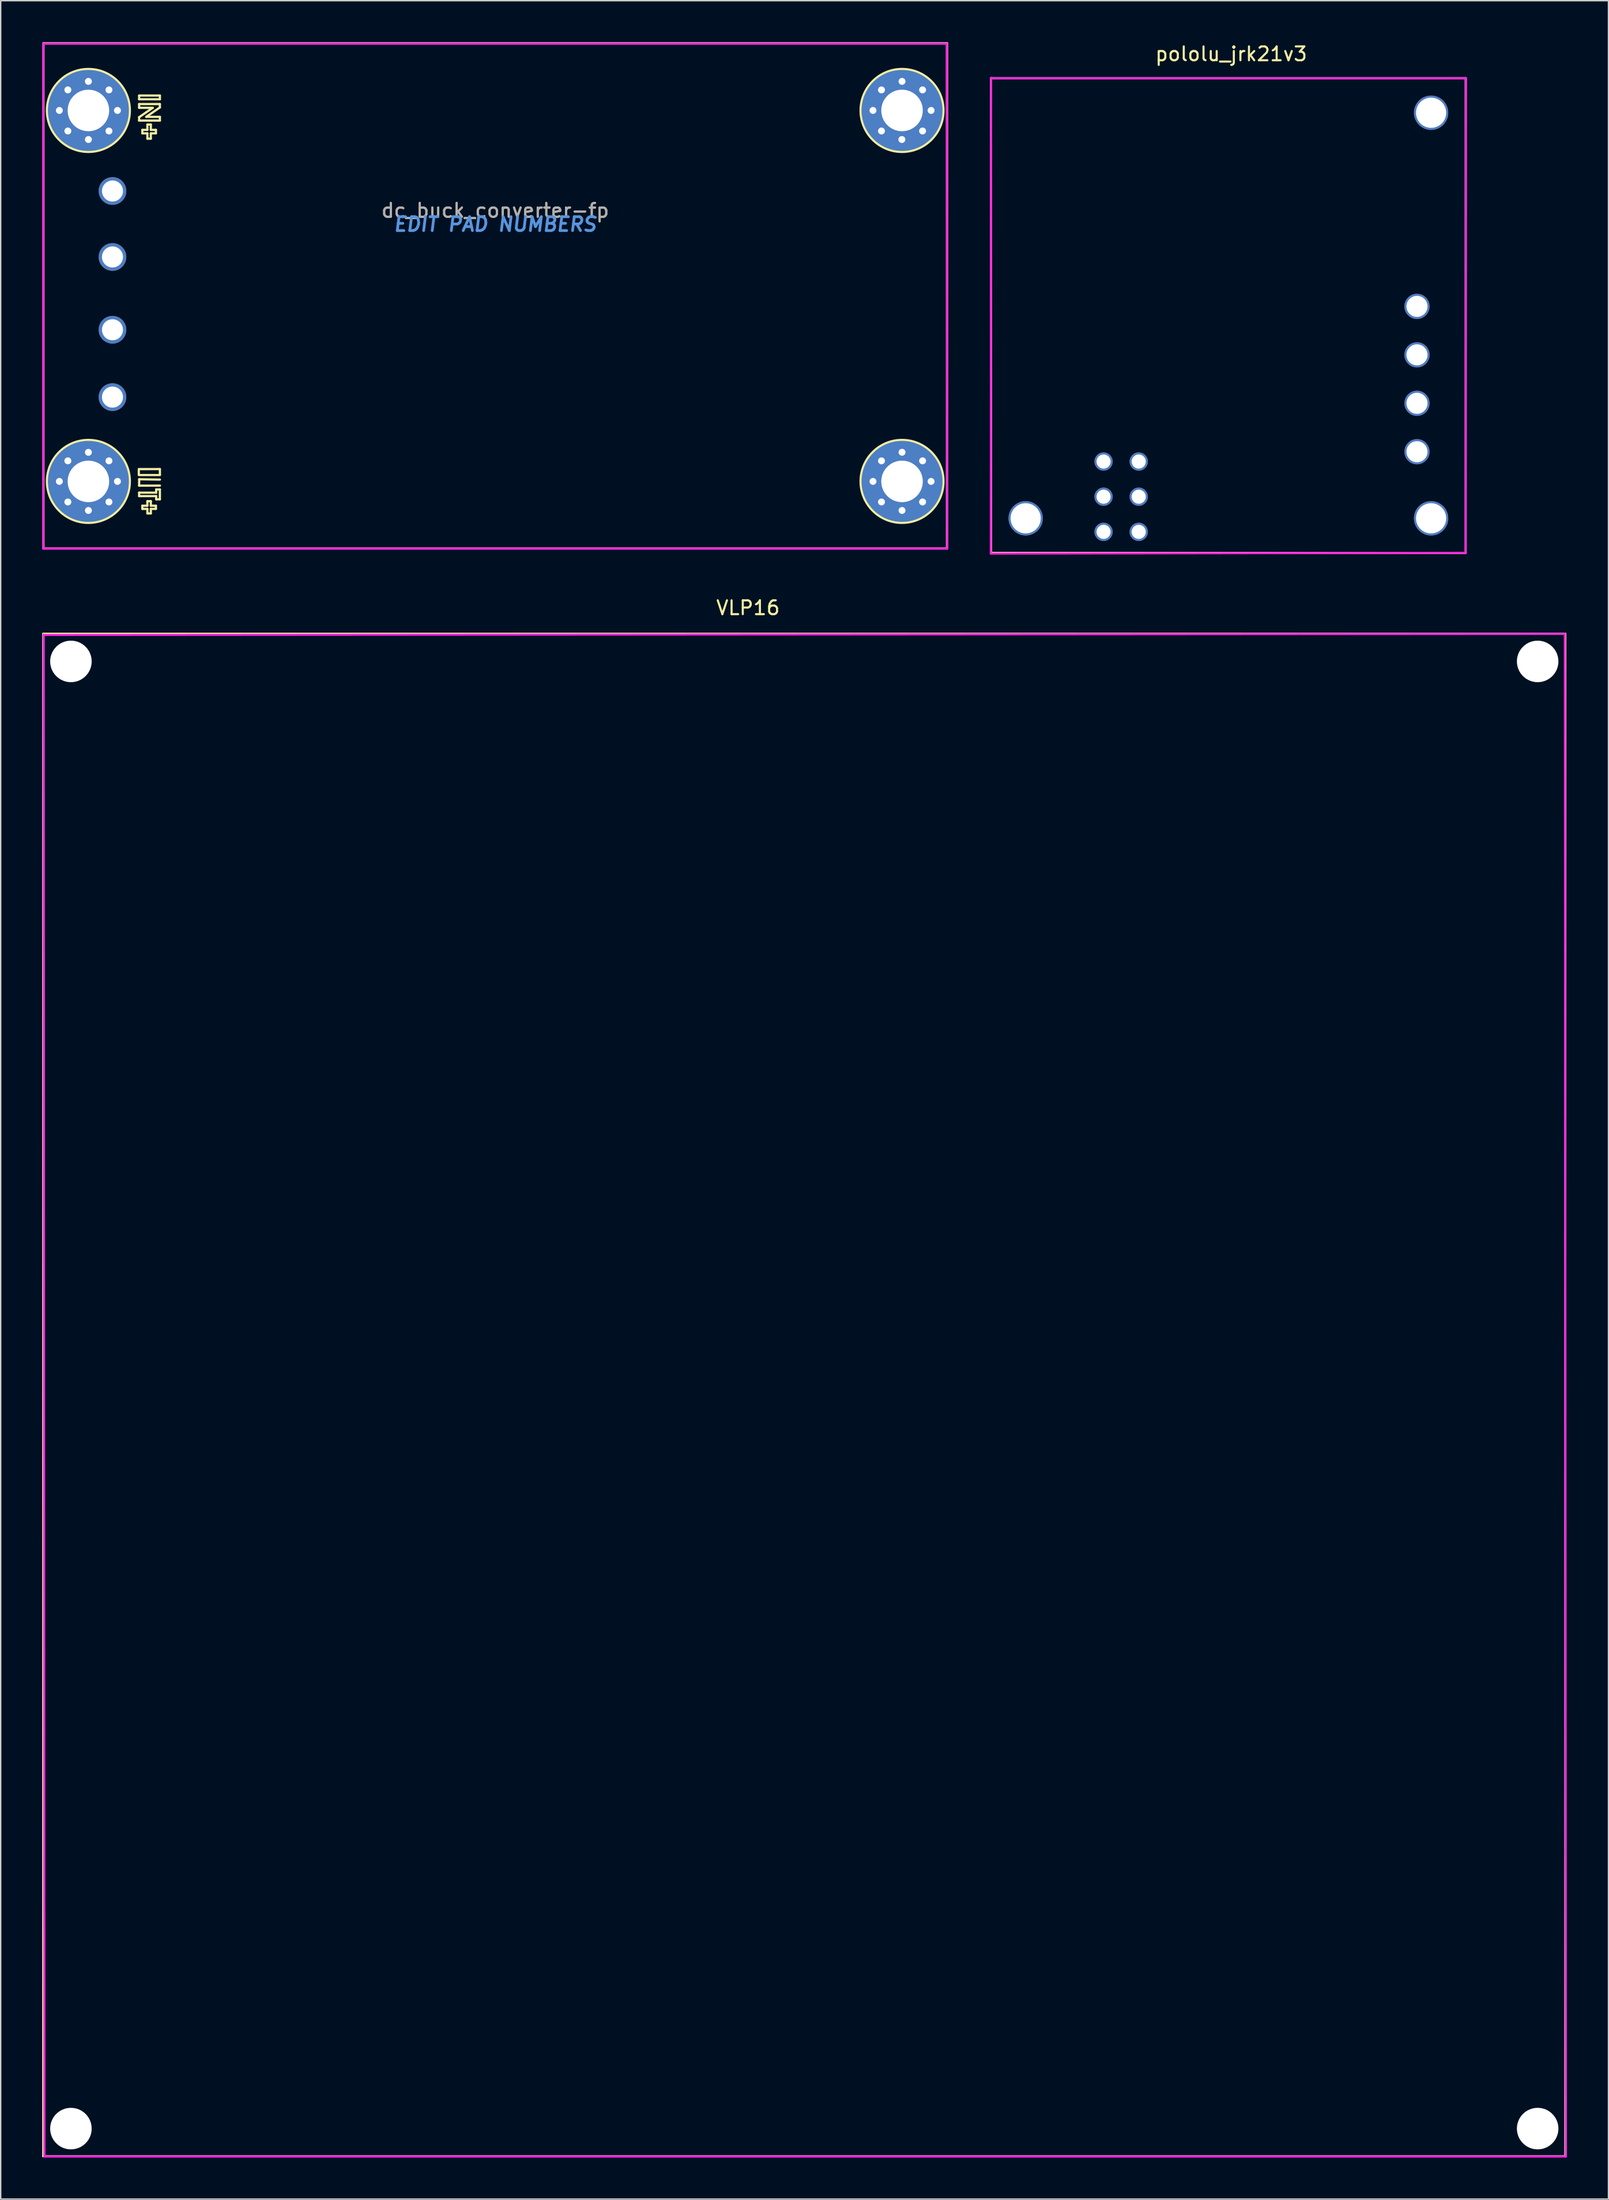
<source format=kicad_pcb>
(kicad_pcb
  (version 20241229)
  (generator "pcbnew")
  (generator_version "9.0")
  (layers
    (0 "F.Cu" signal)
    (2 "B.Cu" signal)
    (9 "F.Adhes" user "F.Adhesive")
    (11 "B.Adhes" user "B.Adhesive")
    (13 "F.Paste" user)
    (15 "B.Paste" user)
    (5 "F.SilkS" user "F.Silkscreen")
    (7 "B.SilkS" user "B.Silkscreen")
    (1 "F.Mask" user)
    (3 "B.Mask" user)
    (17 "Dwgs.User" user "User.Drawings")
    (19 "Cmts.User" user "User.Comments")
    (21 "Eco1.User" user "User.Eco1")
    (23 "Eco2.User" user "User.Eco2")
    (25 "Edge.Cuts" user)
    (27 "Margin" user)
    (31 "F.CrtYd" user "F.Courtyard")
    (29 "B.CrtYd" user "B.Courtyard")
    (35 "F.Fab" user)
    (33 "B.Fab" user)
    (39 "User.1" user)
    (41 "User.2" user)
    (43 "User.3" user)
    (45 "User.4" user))
  (footprint "pololu_jrk21v3"
    (layer "F.Cu")
    (at 85.724 19.746)
    (property "Reference" "pololu_jrk21v3" (at 0.203 -18.898 0) (layer "F.SilkS") (effects (font (size 1 1) (thickness 0.15))))
    (attr through_hole)
    (fp_line (start -17.15 -17.15) (end 17.15 -17.15) (stroke (width 0.15) (type solid)) (layer "F.SilkS"))
    (fp_line (start -17.15 17.15) (end -17.15 -17.15) (stroke (width 0.15) (type solid)) (layer "F.SilkS"))
    (fp_line (start 17.15 -17.15) (end 17.15 17.15) (stroke (width 0.15) (type solid)) (layer "F.SilkS"))
    (fp_line (start 17.15 17.15) (end -17.15 17.15) (stroke (width 0.15) (type solid)) (layer "F.SilkS"))
    (fp_line (start -17.17 17.196) (end -17.145 -17.17) (stroke (width 0.15) (type solid)) (layer "F.CrtYd"))
    (fp_line (start -17.145 -17.145) (end 17.17 -17.145) (stroke (width 0.15) (type solid)) (layer "F.CrtYd"))
    (fp_line (start 17.145 17.145) (end -17.17 17.196) (stroke (width 0.15) (type solid)) (layer "F.CrtYd"))
    (fp_line (start 17.17 -17.145) (end 17.145 17.145) (stroke (width 0.15) (type solid)) (layer "F.CrtYd"))
    (pad "" np_thru_hole circle (at -14.65 14.65) (size 2.48 2.48) (drill 2.18) (layers "*.Cu" "*.Mask"))
    (pad "" np_thru_hole circle (at 14.65 -14.65) (size 2.48 2.48) (drill 2.18) (layers "*.Cu" "*.Mask"))
    (pad "" np_thru_hole circle (at 14.65 14.65) (size 2.48 2.48) (drill 2.18) (layers "*.Cu" "*.Mask"))
    (pad "1" thru_hole circle (at 13.63 -0.66) (size 1.82 1.82) (drill 1.52) (layers "*.Cu" "*.Mask"))
    (pad "2" thru_hole circle (at 13.63 2.84) (size 1.82 1.82) (drill 1.52) (layers "*.Cu" "*.Mask"))
    (pad "3" thru_hole circle (at 13.63 6.34) (size 1.82 1.82) (drill 1.52) (layers "*.Cu" "*.Mask"))
    (pad "4" thru_hole circle (at 13.63 9.84) (size 1.82 1.82) (drill 1.52) (layers "*.Cu" "*.Mask"))
    (pad "5" thru_hole circle (at -9.02 10.55) (size 1.32 1.32) (drill 1.02) (layers "*.Cu" "*.Mask"))
    (pad "6" thru_hole circle (at -6.48 10.55) (size 1.32 1.32) (drill 1.02) (layers "*.Cu" "*.Mask"))
    (pad "7" thru_hole circle (at -9.02 13.09) (size 1.32 1.32) (drill 1.02) (layers "*.Cu" "*.Mask"))
    (pad "8" thru_hole circle (at -6.48 13.09) (size 1.32 1.32) (drill 1.02) (layers "*.Cu" "*.Mask"))
    (pad "9" thru_hole circle (at -9.02 15.63) (size 1.32 1.32) (drill 1.02) (layers "*.Cu" "*.Mask"))
    (pad "10" thru_hole circle (at -6.48 15.63) (size 1.32 1.32) (drill 1.02) (layers "*.Cu" "*.Mask")))
  (footprint "VLP16"
    (layer "F.Cu")
    (at 55.075 97.736)
    (property "Reference" "VLP16" (at -4.064 -56.871 0) (layer "F.SilkS") (effects (font (size 1 1) (thickness 0.15))))
    (attr through_hole)
    (fp_line (start -55 55) (end -55 -55) (stroke (width 0.15) (type solid)) (layer "F.SilkS"))
    (fp_line (start 55 -55) (end -55 -55) (stroke (width 0.15) (type solid)) (layer "F.SilkS"))
    (fp_line (start 55 -55) (end 55 55) (stroke (width 0.15) (type solid)) (layer "F.SilkS"))
    (fp_line (start 55 55) (end -55 55) (stroke (width 0.15) (type solid)) (layer "F.SilkS"))
    (fp_line (start -54.966 -54.915) (end 54.966 -54.991) (stroke (width 0.15) (type solid)) (layer "F.CrtYd"))
    (fp_line (start -54.915 55.016) (end -54.966 -54.94) (stroke (width 0.15) (type solid)) (layer "F.CrtYd"))
    (fp_line (start 54.966 -54.991) (end 55.042 55.016) (stroke (width 0.15) (type solid)) (layer "F.CrtYd"))
    (fp_line (start 55.042 55.016) (end -54.915 55.016) (stroke (width 0.15) (type solid)) (layer "F.CrtYd"))
    (pad "" np_thru_hole circle (at -53 -53) (size 3 3) (drill 3) (layers "*.Cu" "*.Mask"))
    (pad "" np_thru_hole circle (at -53 53) (size 3 3) (drill 3) (layers "*.Cu" "*.Mask"))
    (pad "" np_thru_hole circle (at 53 -53) (size 3 3) (drill 3) (layers "*.Cu" "*.Mask"))
    (pad "" np_thru_hole circle (at 53 53) (size 3 3) (drill 3) (layers "*.Cu" "*.Mask")))
  (footprint "dc_buck_converter-fp"
    (layer "F.Cu")
    (at 32.739 19.155)
    (property "Reference" "dc_buck_converter-fp" (at 0 -7 0) (layer "F.SilkS") (effects (font (size 1 1) (thickness 0.15))))
    (attr smd)
    (fp_line (start -32.65 -19.075) (end -32.65 17.425) (stroke (width 0.16) (type solid)) (layer "F.SilkS"))
    (fp_line (start -32.65 17.425) (end 32.65 17.425) (stroke (width 0.16) (type solid)) (layer "F.SilkS"))
    (fp_line (start -25.758 11.687) (end -25.756 12.09) (stroke (width 0.16) (type solid)) (layer "F.SilkS"))
    (fp_line (start -25.756 12.116) (end -24.232 12.116) (stroke (width 0.16) (type solid)) (layer "F.SilkS"))
    (fp_line (start -25.734 -15.302) (end -24.234 -15.302) (stroke (width 0.16) (type solid)) (layer "F.SilkS"))
    (fp_line (start -25.734 -15.032) (end -25.734 -15.302) (stroke (width 0.16) (type solid)) (layer "F.SilkS"))
    (fp_line (start -25.734 -14.686) (end -24.234 -14.686) (stroke (width 0.16) (type solid)) (layer "F.SilkS"))
    (fp_line (start -25.734 -14.417) (end -25.734 -14.686) (stroke (width 0.16) (type solid)) (layer "F.SilkS"))
    (fp_line (start -25.734 -13.738) (end -24.75 -14.417) (stroke (width 0.16) (type solid)) (layer "F.SilkS"))
    (fp_line (start -25.734 -13.494) (end -25.734 -13.738) (stroke (width 0.16) (type solid)) (layer "F.SilkS"))
    (fp_line (start -25.734 13.388) (end -24.503 13.388) (stroke (width 0.16) (type solid)) (layer "F.SilkS"))
    (fp_line (start -25.734 13.638) (end -25.734 13.388) (stroke (width 0.16) (type solid)) (layer "F.SilkS"))
    (fp_line (start -25.733 12.882) (end -24.232 12.878) (stroke (width 0.16) (type solid)) (layer "F.SilkS"))
    (fp_line (start -25.73 12.421) (end -25.733 12.882) (stroke (width 0.16) (type solid)) (layer "F.SilkS"))
    (fp_line (start -25.503 -12.821) (end -25.138 -12.821) (stroke (width 0.16) (type solid)) (layer "F.SilkS"))
    (fp_line (start -25.503 -12.571) (end -25.503 -12.821) (stroke (width 0.16) (type solid)) (layer "F.SilkS"))
    (fp_line (start -25.503 14.33) (end -25.138 14.33) (stroke (width 0.16) (type solid)) (layer "F.SilkS"))
    (fp_line (start -25.503 14.561) (end -25.503 14.33) (stroke (width 0.16) (type solid)) (layer "F.SilkS"))
    (fp_line (start -25.221 -13.763) (end -24.234 -13.763) (stroke (width 0.16) (type solid)) (layer "F.SilkS"))
    (fp_line (start -25.138 -13.205) (end -24.888 -13.205) (stroke (width 0.16) (type solid)) (layer "F.SilkS"))
    (fp_line (start -25.138 -12.821) (end -25.138 -13.205) (stroke (width 0.16) (type solid)) (layer "F.SilkS"))
    (fp_line (start -25.138 -12.571) (end -25.503 -12.571) (stroke (width 0.16) (type solid)) (layer "F.SilkS"))
    (fp_line (start -25.138 -12.186) (end -25.138 -12.571) (stroke (width 0.16) (type solid)) (layer "F.SilkS"))
    (fp_line (start -25.138 14.003) (end -24.888 14.003) (stroke (width 0.16) (type solid)) (layer "F.SilkS"))
    (fp_line (start -25.138 14.33) (end -25.138 14.003) (stroke (width 0.16) (type solid)) (layer "F.SilkS"))
    (fp_line (start -25.138 14.561) (end -25.503 14.561) (stroke (width 0.16) (type solid)) (layer "F.SilkS"))
    (fp_line (start -25.138 14.888) (end -25.138 14.561) (stroke (width 0.16) (type solid)) (layer "F.SilkS"))
    (fp_line (start -24.888 -13.205) (end -24.888 -12.821) (stroke (width 0.16) (type solid)) (layer "F.SilkS"))
    (fp_line (start -24.888 -12.821) (end -24.522 -12.821) (stroke (width 0.16) (type solid)) (layer "F.SilkS"))
    (fp_line (start -24.888 -12.571) (end -24.888 -12.186) (stroke (width 0.16) (type solid)) (layer "F.SilkS"))
    (fp_line (start -24.888 -12.186) (end -25.138 -12.186) (stroke (width 0.16) (type solid)) (layer "F.SilkS"))
    (fp_line (start -24.888 14.003) (end -24.888 14.33) (stroke (width 0.16) (type solid)) (layer "F.SilkS"))
    (fp_line (start -24.888 14.33) (end -24.522 14.33) (stroke (width 0.16) (type solid)) (layer "F.SilkS"))
    (fp_line (start -24.888 14.561) (end -24.888 14.888) (stroke (width 0.16) (type solid)) (layer "F.SilkS"))
    (fp_line (start -24.888 14.888) (end -25.138 14.888) (stroke (width 0.16) (type solid)) (layer "F.SilkS"))
    (fp_line (start -24.75 -14.417) (end -25.734 -14.417) (stroke (width 0.16) (type solid)) (layer "F.SilkS"))
    (fp_line (start -24.522 -12.821) (end -24.522 -12.571) (stroke (width 0.16) (type solid)) (layer "F.SilkS"))
    (fp_line (start -24.522 -12.571) (end -24.888 -12.571) (stroke (width 0.16) (type solid)) (layer "F.SilkS"))
    (fp_line (start -24.522 14.33) (end -24.522 14.561) (stroke (width 0.16) (type solid)) (layer "F.SilkS"))
    (fp_line (start -24.522 14.561) (end -24.888 14.561) (stroke (width 0.16) (type solid)) (layer "F.SilkS"))
    (fp_line (start -24.503 13.157) (end -24.234 13.157) (stroke (width 0.16) (type solid)) (layer "F.SilkS"))
    (fp_line (start -24.503 13.388) (end -24.503 13.157) (stroke (width 0.16) (type solid)) (layer "F.SilkS"))
    (fp_line (start -24.503 13.638) (end -25.734 13.638) (stroke (width 0.16) (type solid)) (layer "F.SilkS"))
    (fp_line (start -24.503 13.869) (end -24.503 13.638) (stroke (width 0.16) (type solid)) (layer "F.SilkS"))
    (fp_line (start -24.234 -15.302) (end -24.234 -15.032) (stroke (width 0.16) (type solid)) (layer "F.SilkS"))
    (fp_line (start -24.234 -15.032) (end -25.734 -15.032) (stroke (width 0.16) (type solid)) (layer "F.SilkS"))
    (fp_line (start -24.234 -14.686) (end -24.234 -14.444) (stroke (width 0.16) (type solid)) (layer "F.SilkS"))
    (fp_line (start -24.234 -14.444) (end -25.221 -13.763) (stroke (width 0.16) (type solid)) (layer "F.SilkS"))
    (fp_line (start -24.234 -13.763) (end -24.234 -13.494) (stroke (width 0.16) (type solid)) (layer "F.SilkS"))
    (fp_line (start -24.234 -13.494) (end -25.734 -13.494) (stroke (width 0.16) (type solid)) (layer "F.SilkS"))
    (fp_line (start -24.234 11.687) (end -24.232 12.09) (stroke (width 0.16) (type solid)) (layer "F.SilkS"))
    (fp_line (start -24.234 13.157) (end -24.234 13.869) (stroke (width 0.16) (type solid)) (layer "F.SilkS"))
    (fp_line (start -24.234 13.869) (end -24.503 13.869) (stroke (width 0.16) (type solid)) (layer "F.SilkS"))
    (fp_line (start -24.232 11.684) (end -25.733 11.687) (stroke (width 0.16) (type solid)) (layer "F.SilkS"))
    (fp_line (start -24.232 12.446) (end -25.73 12.421) (stroke (width 0.16) (type solid)) (layer "F.SilkS"))
    (fp_line (start 32.65 -19.075) (end -32.65 -19.075) (stroke (width 0.16) (type solid)) (layer "F.SilkS"))
    (fp_line (start 32.65 17.425) (end 32.65 -19.075) (stroke (width 0.16) (type solid)) (layer "F.SilkS"))
    (fp_circle (center -29.4 -14.225) (end -26.4 -14.225) (stroke (width 0.15) (type solid)) (fill no) (layer "F.SilkS"))
    (fp_circle (center -29.4 12.575) (end -26.4 12.575) (stroke (width 0.15) (type solid)) (fill no) (layer "F.SilkS"))
    (fp_circle (center 29.4 -14.225) (end 32.4 -14.225) (stroke (width 0.15) (type solid)) (fill no) (layer "F.SilkS"))
    (fp_circle (center 29.4 12.575) (end 32.4 12.575) (stroke (width 0.15) (type solid)) (fill no) (layer "F.SilkS"))
    (fp_line (start -32.664 -19.05) (end 32.639 -19.05) (stroke (width 0.15) (type solid)) (layer "F.CrtYd"))
    (fp_line (start -32.664 17.424) (end -32.664 -19.05) (stroke (width 0.15) (type solid)) (layer "F.CrtYd"))
    (fp_line (start 32.639 -19.05) (end 32.664 17.424) (stroke (width 0.15) (type solid)) (layer "F.CrtYd"))
    (fp_line (start 32.664 17.424) (end -32.664 17.424) (stroke (width 0.15) (type solid)) (layer "F.CrtYd"))
    (fp_text user "EDIT PAD NUMBERS" (at 0 -6 0) (layer "Cmts.User") (effects (font (size 1 1) (thickness 0.2) (italic yes))))
    (fp_text user "${REFERENCE}" (at 0 -7 0) (layer "F.Fab") (effects (font (size 1 1) (thickness 0.15))))
    (pad "" thru_hole circle (at -31.5 -14.225) (size 0.8 0.8) (drill 0.5) (layers "*.Cu" "*.Mask"))
    (pad "" thru_hole circle (at -31.5 12.575) (size 0.8 0.8) (drill 0.5) (layers "*.Cu" "*.Mask"))
    (pad "" thru_hole circle (at -30.885 -15.71) (size 0.8 0.8) (drill 0.5) (layers "*.Cu" "*.Mask"))
    (pad "" thru_hole circle (at -30.885 -12.74) (size 0.8 0.8) (drill 0.5) (layers "*.Cu" "*.Mask"))
    (pad "" thru_hole circle (at -30.885 11.09) (size 0.8 0.8) (drill 0.5) (layers "*.Cu" "*.Mask"))
    (pad "" thru_hole circle (at -30.885 14.06) (size 0.8 0.8) (drill 0.5) (layers "*.Cu" "*.Mask"))
    (pad "" thru_hole circle (at -29.4 -16.325) (size 0.8 0.8) (drill 0.5) (layers "*.Cu" "*.Mask"))
    (pad "" thru_hole circle (at -29.4 -14.225) (size 6 6) (drill 3) (layers "*.Cu" "*.Mask"))
    (pad "" thru_hole circle (at -29.4 -12.125) (size 0.8 0.8) (drill 0.5) (layers "*.Cu" "*.Mask"))
    (pad "" thru_hole circle (at -29.4 10.475) (size 0.8 0.8) (drill 0.5) (layers "*.Cu" "*.Mask"))
    (pad "" thru_hole circle (at -29.4 12.575) (size 6 6) (drill 3) (layers "*.Cu" "*.Mask"))
    (pad "" thru_hole circle (at -29.4 14.675) (size 0.8 0.8) (drill 0.5) (layers "*.Cu" "*.Mask"))
    (pad "" thru_hole circle (at -27.915 -15.71) (size 0.8 0.8) (drill 0.5) (layers "*.Cu" "*.Mask"))
    (pad "" thru_hole circle (at -27.915 -12.74) (size 0.8 0.8) (drill 0.5) (layers "*.Cu" "*.Mask"))
    (pad "" thru_hole circle (at -27.915 11.09) (size 0.8 0.8) (drill 0.5) (layers "*.Cu" "*.Mask"))
    (pad "" thru_hole circle (at -27.915 14.06) (size 0.8 0.8) (drill 0.5) (layers "*.Cu" "*.Mask"))
    (pad "" thru_hole circle (at -27.3 -14.225) (size 0.8 0.8) (drill 0.5) (layers "*.Cu" "*.Mask"))
    (pad "" thru_hole circle (at -27.3 12.575) (size 0.8 0.8) (drill 0.5) (layers "*.Cu" "*.Mask"))
    (pad "" thru_hole circle (at 27.3 -14.225) (size 0.8 0.8) (drill 0.5) (layers "*.Cu" "*.Mask"))
    (pad "" thru_hole circle (at 27.3 12.575) (size 0.8 0.8) (drill 0.5) (layers "*.Cu" "*.Mask"))
    (pad "" thru_hole circle (at 27.915 -15.71) (size 0.8 0.8) (drill 0.5) (layers "*.Cu" "*.Mask"))
    (pad "" thru_hole circle (at 27.915 -12.74) (size 0.8 0.8) (drill 0.5) (layers "*.Cu" "*.Mask"))
    (pad "" thru_hole circle (at 27.915 11.09) (size 0.8 0.8) (drill 0.5) (layers "*.Cu" "*.Mask"))
    (pad "" thru_hole circle (at 27.915 14.06) (size 0.8 0.8) (drill 0.5) (layers "*.Cu" "*.Mask"))
    (pad "" thru_hole circle (at 29.388 -12.125) (size 0.8 0.8) (drill 0.5) (layers "*.Cu" "*.Mask"))
    (pad "" thru_hole circle (at 29.4 -16.325) (size 0.8 0.8) (drill 0.5) (layers "*.Cu" "*.Mask"))
    (pad "" thru_hole circle (at 29.4 -14.225) (size 6 6) (drill 3) (layers "*.Cu" "*.Mask"))
    (pad "" thru_hole circle (at 29.4 10.471) (size 0.8 0.8) (drill 0.5) (layers "*.Cu" "*.Mask"))
    (pad "" thru_hole circle (at 29.4 12.575) (size 6 6) (drill 3) (layers "*.Cu" "*.Mask"))
    (pad "" thru_hole circle (at 29.4 14.675) (size 0.8 0.8) (drill 0.5) (layers "*.Cu" "*.Mask"))
    (pad "" thru_hole circle (at 30.885 -15.71) (size 0.8 0.8) (drill 0.5) (layers "*.Cu" "*.Mask"))
    (pad "" thru_hole circle (at 30.885 -12.74) (size 0.8 0.8) (drill 0.5) (layers "*.Cu" "*.Mask"))
    (pad "" thru_hole circle (at 30.885 11.09) (size 0.8 0.8) (drill 0.5) (layers "*.Cu" "*.Mask"))
    (pad "" thru_hole circle (at 30.885 14.06) (size 0.8 0.8) (drill 0.5) (layers "*.Cu" "*.Mask"))
    (pad "" thru_hole circle (at 31.5 -14.225) (size 0.8 0.8) (drill 0.5) (layers "*.Cu" "*.Mask"))
    (pad "" thru_hole circle (at 31.5 12.575) (size 0.8 0.8) (drill 0.5) (layers "*.Cu" "*.Mask"))
    (pad "IN+" thru_hole circle (at -27.66 -8.405) (size 2 2) (drill 1.52) (layers "*.Cu" "*.Mask"))
    (pad "IN-" thru_hole circle (at -27.66 -3.64) (size 2 2) (drill 1.52) (layers "*.Cu" "*.Mask"))
    (pad "OUT+" thru_hole circle (at -27.66 6.485) (size 2 2) (drill 1.52) (layers "*.Cu" "*.Mask"))
    (pad "OUT-" thru_hole circle (at -27.66 1.62) (size 2 2) (drill 1.52) (layers "*.Cu" "*.Mask")))
  (gr_rect
    (start -3 -3)
    (end 113.192 155.827)
    (stroke (width 0.1) (type default))
    (fill no)
    (layer "Edge.Cuts")))
</source>
